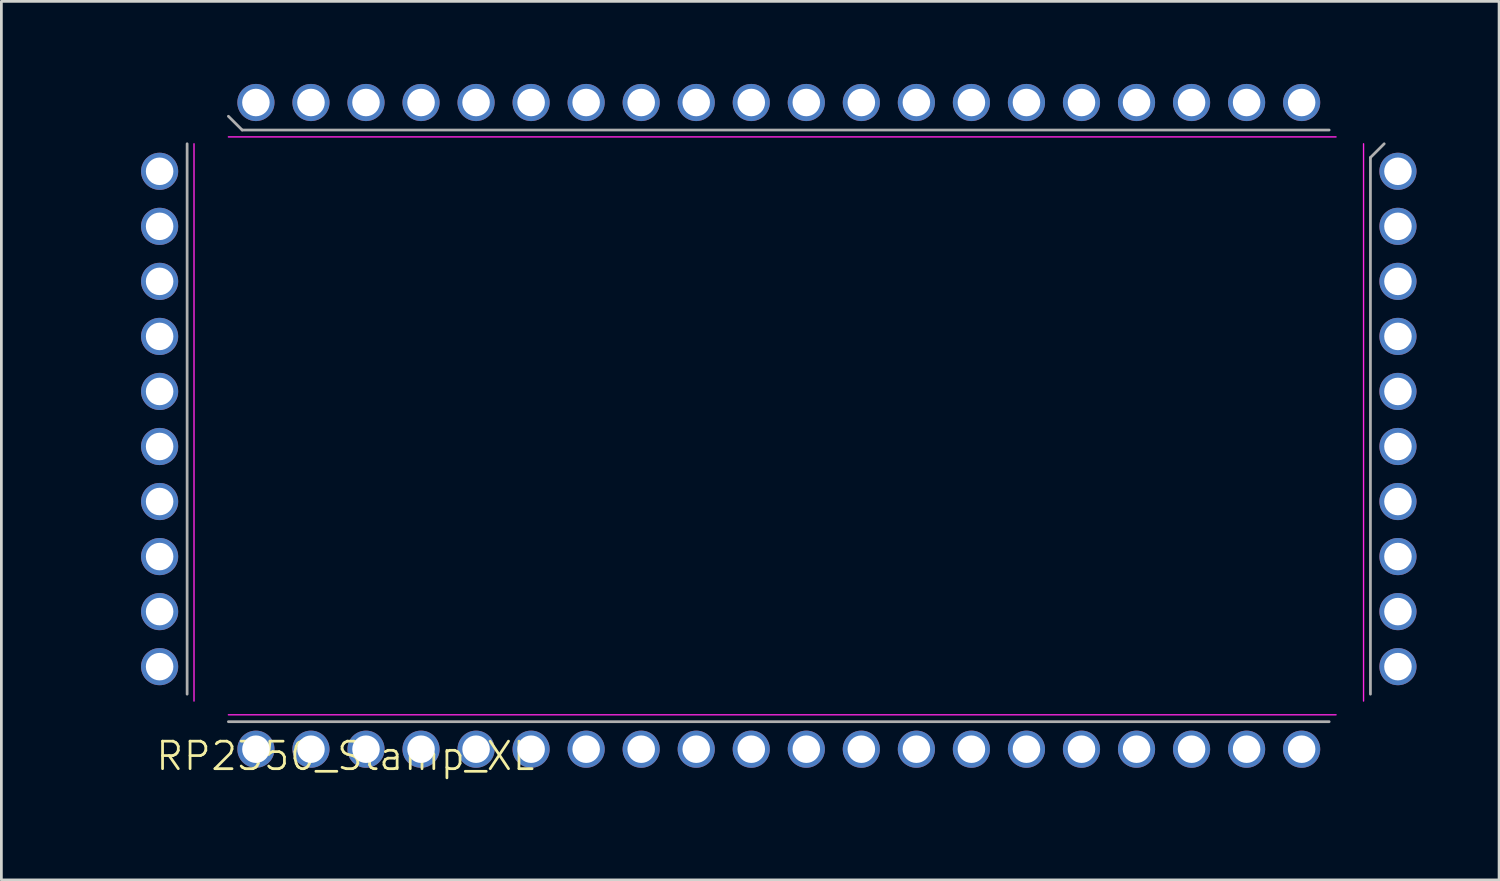
<source format=kicad_pcb>
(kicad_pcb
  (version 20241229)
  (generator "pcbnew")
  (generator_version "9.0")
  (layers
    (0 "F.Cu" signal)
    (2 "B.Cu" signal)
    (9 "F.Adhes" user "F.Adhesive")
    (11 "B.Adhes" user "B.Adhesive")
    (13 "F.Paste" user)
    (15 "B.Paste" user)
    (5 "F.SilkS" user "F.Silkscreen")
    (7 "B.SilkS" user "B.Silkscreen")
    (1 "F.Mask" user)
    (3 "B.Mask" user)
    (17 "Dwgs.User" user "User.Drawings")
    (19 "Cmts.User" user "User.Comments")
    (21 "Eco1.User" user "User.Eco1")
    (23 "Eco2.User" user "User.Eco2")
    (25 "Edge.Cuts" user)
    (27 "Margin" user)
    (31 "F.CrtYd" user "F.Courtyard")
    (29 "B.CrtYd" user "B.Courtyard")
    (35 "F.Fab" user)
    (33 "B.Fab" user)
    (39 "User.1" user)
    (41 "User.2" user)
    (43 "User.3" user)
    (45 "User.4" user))
  (footprint "RP2350_Stamp_XL"
    (layer "F.Cu")
    (at 0.25 25.675)
    (property "Reference" "RP2350_Stamp_XL" (at 9.25 -1.25 0) (unlocked yes) (layer "F.SilkS") (effects (font (size 1 1) (thickness 0.1))))
    (attr smd)
    (fp_line (start 3.75 -3.25) (end 3.75 -23.5) (stroke (width 0.05) (type solid)) (layer "F.CrtYd"))
    (fp_line (start 5 -23.75) (end 45.25 -23.75) (stroke (width 0.05) (type solid)) (layer "F.CrtYd"))
    (fp_line (start 45.25 -2.75) (end 5 -2.75) (stroke (width 0.05) (type solid)) (layer "F.CrtYd"))
    (fp_line (start 46.25 -23.5) (end 46.25 -3.25) (stroke (width 0.05) (type solid)) (layer "F.CrtYd"))
    (fp_line (start 3.5 -23.5) (end 3.5 -3.5) (stroke (width 0.1) (type solid)) (layer "F.Fab"))
    (fp_line (start 5 -2.5) (end 45 -2.5) (stroke (width 0.1) (type solid)) (layer "F.Fab"))
    (fp_line (start 5.5 -24) (end 5 -24.5) (stroke (width 0.1) (type solid)) (layer "F.Fab"))
    (fp_line (start 45 -24) (end 5.5 -24) (stroke (width 0.1) (type solid)) (layer "F.Fab"))
    (fp_line (start 46.5 -23) (end 47 -23.5) (stroke (width 0.1) (type solid)) (layer "F.Fab"))
    (fp_line (start 46.5 -3.5) (end 46.5 -23) (stroke (width 0.1) (type solid)) (layer "F.Fab"))
    (pad "1" thru_hole circle (at 2.5 -22.5) (size 1.35 1.35) (drill 1) (layers "*.Cu" "*.Mask"))
    (pad "2" thru_hole oval (at 2.5 -20.5) (size 1.35 1.35) (drill 1) (layers "*.Cu" "*.Mask"))
    (pad "3" thru_hole oval (at 2.5 -18.5) (size 1.35 1.35) (drill 1) (layers "*.Cu" "*.Mask"))
    (pad "4" thru_hole oval (at 2.5 -16.5) (size 1.35 1.35) (drill 1) (layers "*.Cu" "*.Mask"))
    (pad "5" thru_hole oval (at 2.5 -14.5) (size 1.35 1.35) (drill 1) (layers "*.Cu" "*.Mask"))
    (pad "6" thru_hole oval (at 2.5 -12.5) (size 1.35 1.35) (drill 1) (layers "*.Cu" "*.Mask"))
    (pad "7" thru_hole oval (at 2.5 -10.5) (size 1.35 1.35) (drill 1) (layers "*.Cu" "*.Mask"))
    (pad "8" thru_hole oval (at 2.5 -8.5) (size 1.35 1.35) (drill 1) (layers "*.Cu" "*.Mask"))
    (pad "9" thru_hole oval (at 2.5 -6.5) (size 1.35 1.35) (drill 1) (layers "*.Cu" "*.Mask"))
    (pad "10" thru_hole oval (at 2.5 -4.5) (size 1.35 1.35) (drill 1) (layers "*.Cu" "*.Mask"))
    (pad "11" thru_hole circle (at 6 -1.5 90) (size 1.35 1.35) (drill 1) (layers "*.Cu" "*.Mask"))
    (pad "12" thru_hole oval (at 8 -1.5 90) (size 1.35 1.35) (drill 1) (layers "*.Cu" "*.Mask"))
    (pad "13" thru_hole oval (at 10 -1.5 90) (size 1.35 1.35) (drill 1) (layers "*.Cu" "*.Mask"))
    (pad "14" thru_hole oval (at 12 -1.5 90) (size 1.35 1.35) (drill 1) (layers "*.Cu" "*.Mask"))
    (pad "15" thru_hole oval (at 14 -1.5 90) (size 1.35 1.35) (drill 1) (layers "*.Cu" "*.Mask"))
    (pad "16" thru_hole oval (at 16 -1.5 90) (size 1.35 1.35) (drill 1) (layers "*.Cu" "*.Mask"))
    (pad "17" thru_hole oval (at 18 -1.5 90) (size 1.35 1.35) (drill 1) (layers "*.Cu" "*.Mask"))
    (pad "18" thru_hole oval (at 20 -1.5 90) (size 1.35 1.35) (drill 1) (layers "*.Cu" "*.Mask"))
    (pad "19" thru_hole oval (at 22 -1.5 90) (size 1.35 1.35) (drill 1) (layers "*.Cu" "*.Mask"))
    (pad "20" thru_hole oval (at 24 -1.5 90) (size 1.35 1.35) (drill 1) (layers "*.Cu" "*.Mask"))
    (pad "21" thru_hole oval (at 26 -1.5 90) (size 1.35 1.35) (drill 1) (layers "*.Cu" "*.Mask"))
    (pad "22" thru_hole oval (at 28 -1.5 90) (size 1.35 1.35) (drill 1) (layers "*.Cu" "*.Mask"))
    (pad "23" thru_hole oval (at 30 -1.5 90) (size 1.35 1.35) (drill 1) (layers "*.Cu" "*.Mask"))
    (pad "24" thru_hole oval (at 32 -1.5 90) (size 1.35 1.35) (drill 1) (layers "*.Cu" "*.Mask"))
    (pad "25" thru_hole oval (at 34 -1.5 90) (size 1.35 1.35) (drill 1) (layers "*.Cu" "*.Mask"))
    (pad "26" thru_hole oval (at 36 -1.5 90) (size 1.35 1.35) (drill 1) (layers "*.Cu" "*.Mask"))
    (pad "27" thru_hole oval (at 38 -1.5 90) (size 1.35 1.35) (drill 1) (layers "*.Cu" "*.Mask"))
    (pad "28" thru_hole oval (at 40 -1.5 90) (size 1.35 1.35) (drill 1) (layers "*.Cu" "*.Mask"))
    (pad "29" thru_hole oval (at 42 -1.5 90) (size 1.35 1.35) (drill 1) (layers "*.Cu" "*.Mask"))
    (pad "30" thru_hole oval (at 44 -1.5 90) (size 1.35 1.35) (drill 1) (layers "*.Cu" "*.Mask"))
    (pad "31" thru_hole oval (at 47.5 -4.5) (size 1.35 1.35) (drill 1) (layers "*.Cu" "*.Mask"))
    (pad "32" thru_hole oval (at 47.5 -6.5) (size 1.35 1.35) (drill 1) (layers "*.Cu" "*.Mask"))
    (pad "33" thru_hole oval (at 47.5 -8.5) (size 1.35 1.35) (drill 1) (layers "*.Cu" "*.Mask"))
    (pad "34" thru_hole oval (at 47.5 -10.5) (size 1.35 1.35) (drill 1) (layers "*.Cu" "*.Mask"))
    (pad "35" thru_hole oval (at 47.5 -12.5) (size 1.35 1.35) (drill 1) (layers "*.Cu" "*.Mask"))
    (pad "36" thru_hole oval (at 47.5 -14.5) (size 1.35 1.35) (drill 1) (layers "*.Cu" "*.Mask"))
    (pad "37" thru_hole oval (at 47.5 -16.5) (size 1.35 1.35) (drill 1) (layers "*.Cu" "*.Mask"))
    (pad "38" thru_hole oval (at 47.5 -18.5) (size 1.35 1.35) (drill 1) (layers "*.Cu" "*.Mask"))
    (pad "39" thru_hole oval (at 47.5 -20.5) (size 1.35 1.35) (drill 1) (layers "*.Cu" "*.Mask"))
    (pad "40" thru_hole circle (at 47.5 -22.5) (size 1.35 1.35) (drill 1) (layers "*.Cu" "*.Mask"))
    (pad "41" thru_hole oval (at 44 -25 90) (size 1.35 1.35) (drill 1) (layers "*.Cu" "*.Mask"))
    (pad "42" thru_hole oval (at 42 -25 90) (size 1.35 1.35) (drill 1) (layers "*.Cu" "*.Mask"))
    (pad "43" thru_hole oval (at 40 -25 90) (size 1.35 1.35) (drill 1) (layers "*.Cu" "*.Mask"))
    (pad "44" thru_hole oval (at 38 -25 90) (size 1.35 1.35) (drill 1) (layers "*.Cu" "*.Mask"))
    (pad "45" thru_hole oval (at 36 -25 90) (size 1.35 1.35) (drill 1) (layers "*.Cu" "*.Mask"))
    (pad "46" thru_hole oval (at 34 -25 90) (size 1.35 1.35) (drill 1) (layers "*.Cu" "*.Mask"))
    (pad "47" thru_hole oval (at 32 -25 90) (size 1.35 1.35) (drill 1) (layers "*.Cu" "*.Mask"))
    (pad "48" thru_hole oval (at 30 -25 90) (size 1.35 1.35) (drill 1) (layers "*.Cu" "*.Mask"))
    (pad "49" thru_hole oval (at 28 -25 90) (size 1.35 1.35) (drill 1) (layers "*.Cu" "*.Mask"))
    (pad "50" thru_hole oval (at 26 -25 90) (size 1.35 1.35) (drill 1) (layers "*.Cu" "*.Mask"))
    (pad "51" thru_hole oval (at 24 -25 90) (size 1.35 1.35) (drill 1) (layers "*.Cu" "*.Mask"))
    (pad "52" thru_hole oval (at 22 -25 90) (size 1.35 1.35) (drill 1) (layers "*.Cu" "*.Mask"))
    (pad "53" thru_hole oval (at 20 -25 90) (size 1.35 1.35) (drill 1) (layers "*.Cu" "*.Mask"))
    (pad "54" thru_hole oval (at 18 -25 90) (size 1.35 1.35) (drill 1) (layers "*.Cu" "*.Mask"))
    (pad "55" thru_hole oval (at 16 -25 90) (size 1.35 1.35) (drill 1) (layers "*.Cu" "*.Mask"))
    (pad "56" thru_hole oval (at 14 -25 90) (size 1.35 1.35) (drill 1) (layers "*.Cu" "*.Mask"))
    (pad "57" thru_hole oval (at 12 -25 90) (size 1.35 1.35) (drill 1) (layers "*.Cu" "*.Mask"))
    (pad "58" thru_hole oval (at 10 -25 90) (size 1.35 1.35) (drill 1) (layers "*.Cu" "*.Mask"))
    (pad "59" thru_hole oval (at 8 -25 90) (size 1.35 1.35) (drill 1) (layers "*.Cu" "*.Mask"))
    (pad "60" thru_hole circle (at 6 -25 90) (size 1.35 1.35) (drill 1) (layers "*.Cu" "*.Mask")))
  (gr_rect
    (start -3 -3)
    (end 51.425 28.925)
    (stroke (width 0.1) (type default))
    (fill no)
    (layer "Edge.Cuts")))
</source>
